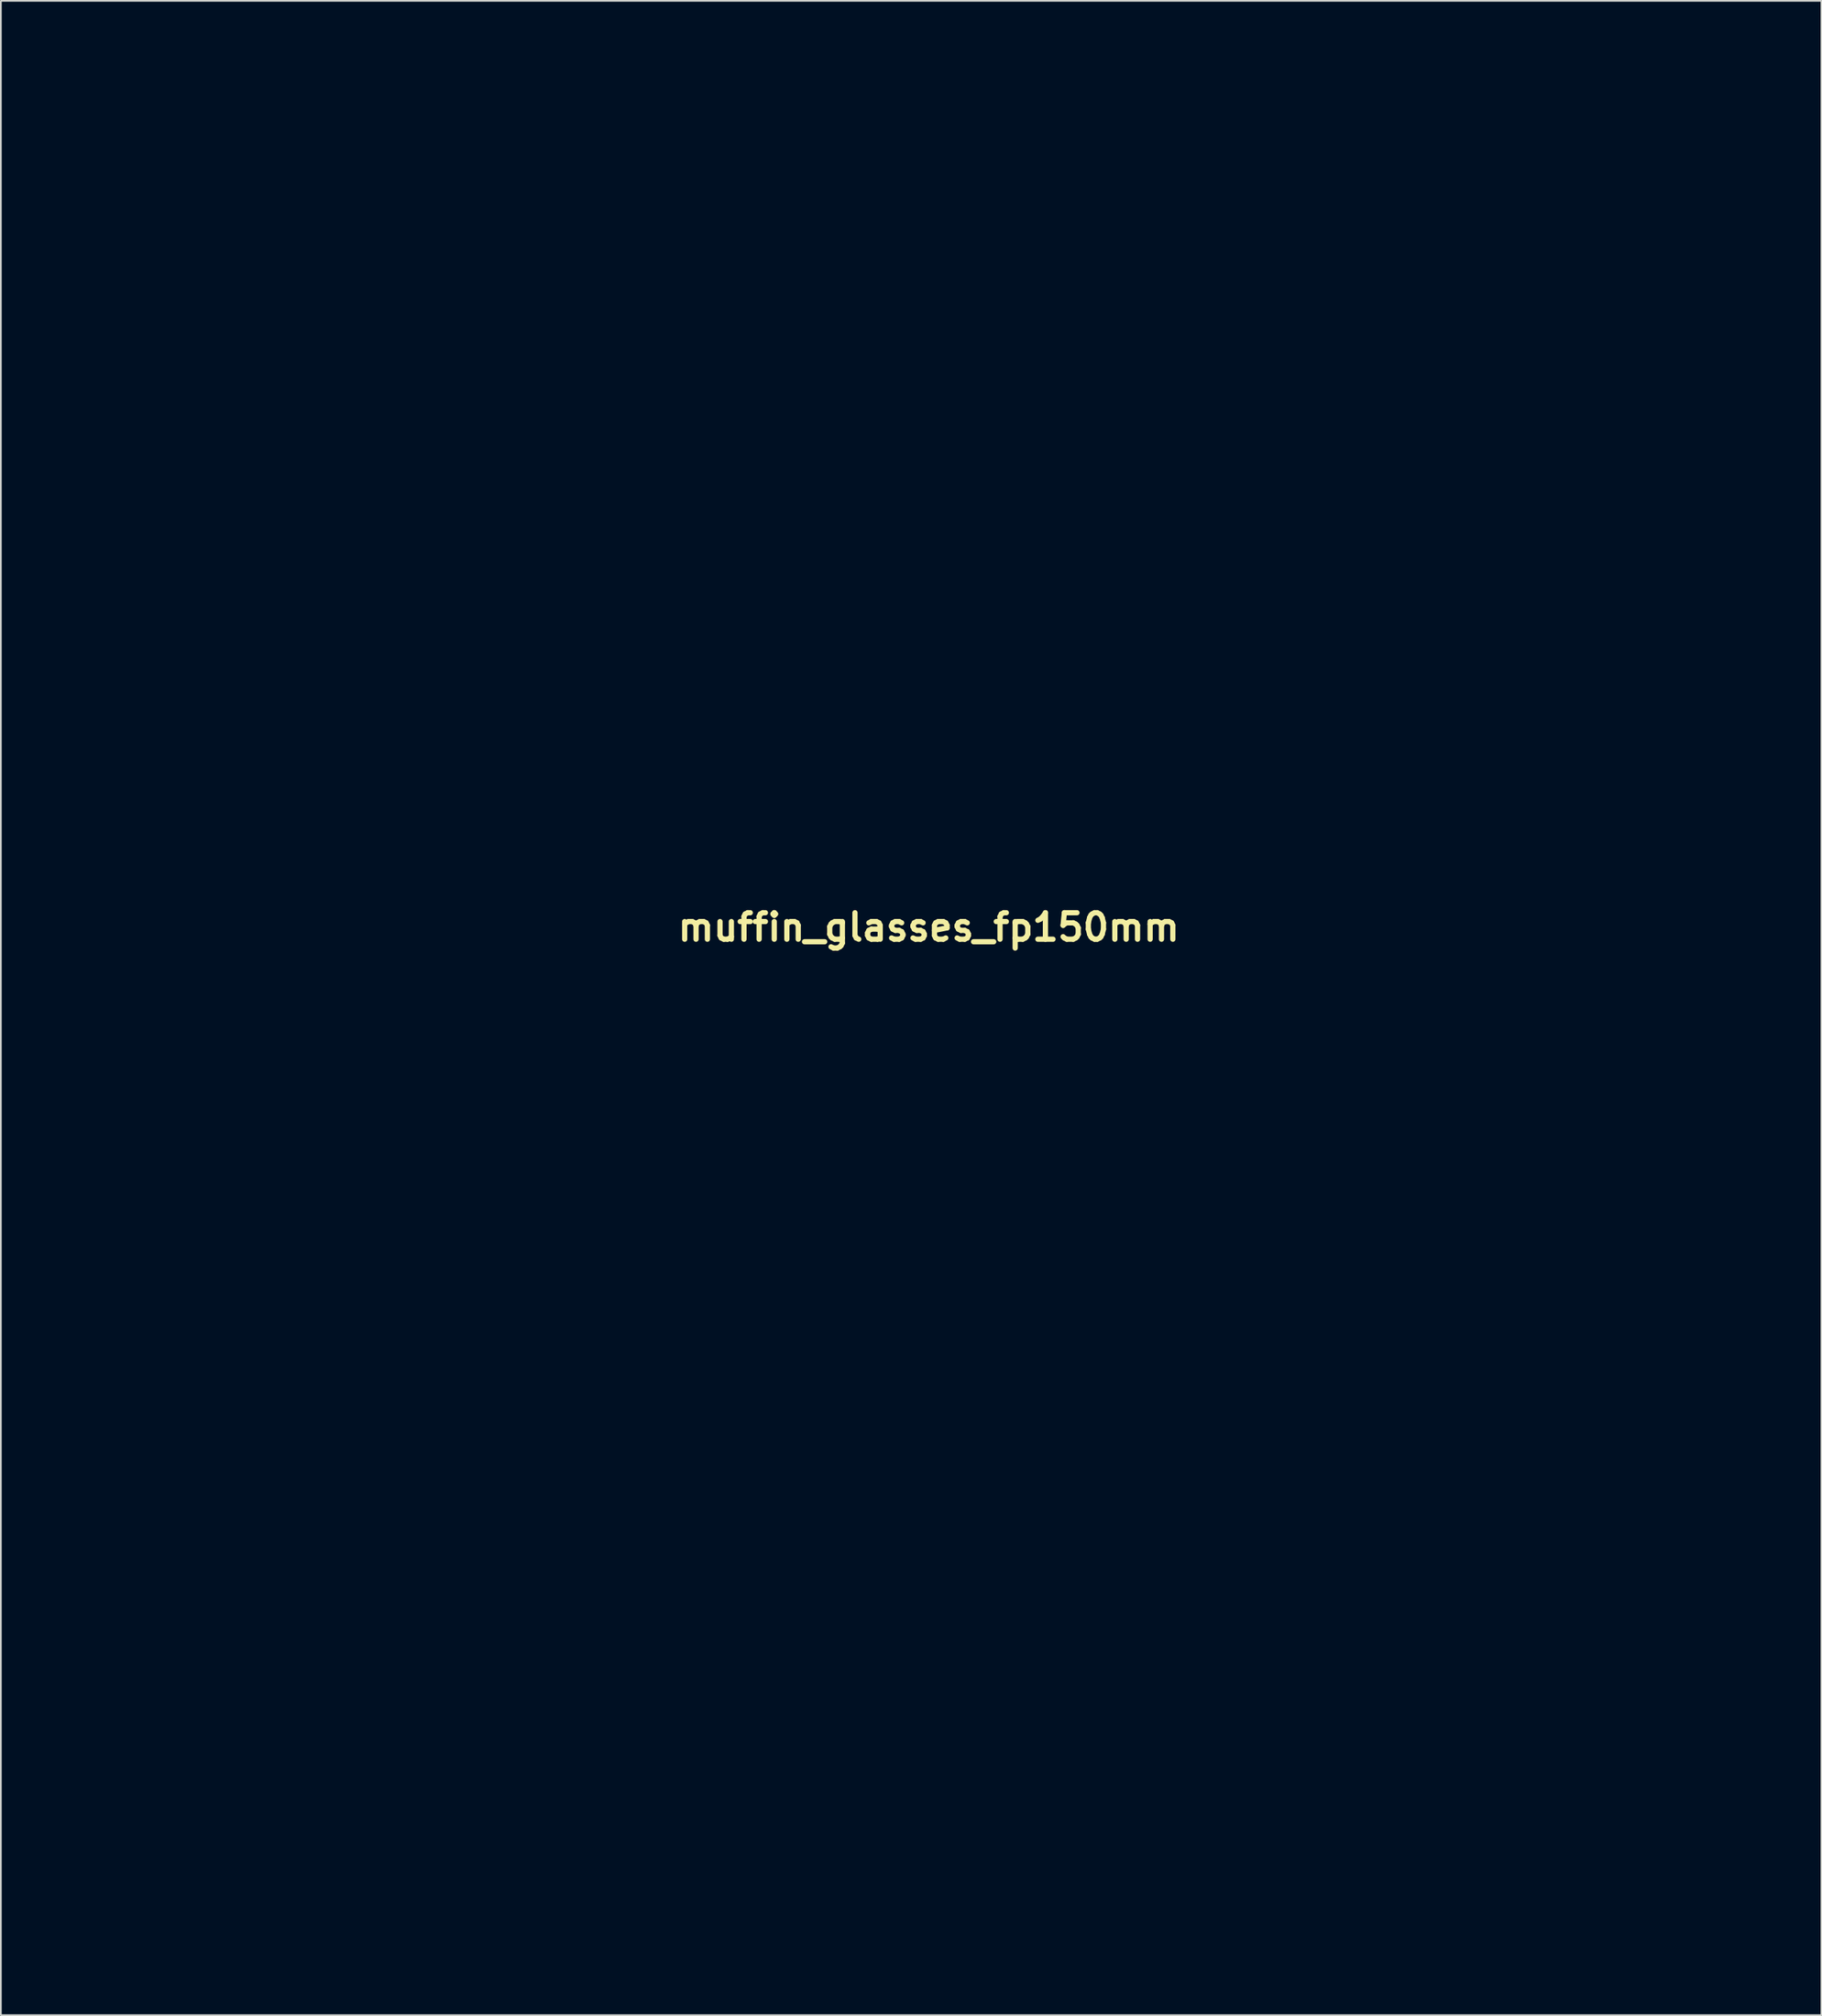
<source format=kicad_pcb>
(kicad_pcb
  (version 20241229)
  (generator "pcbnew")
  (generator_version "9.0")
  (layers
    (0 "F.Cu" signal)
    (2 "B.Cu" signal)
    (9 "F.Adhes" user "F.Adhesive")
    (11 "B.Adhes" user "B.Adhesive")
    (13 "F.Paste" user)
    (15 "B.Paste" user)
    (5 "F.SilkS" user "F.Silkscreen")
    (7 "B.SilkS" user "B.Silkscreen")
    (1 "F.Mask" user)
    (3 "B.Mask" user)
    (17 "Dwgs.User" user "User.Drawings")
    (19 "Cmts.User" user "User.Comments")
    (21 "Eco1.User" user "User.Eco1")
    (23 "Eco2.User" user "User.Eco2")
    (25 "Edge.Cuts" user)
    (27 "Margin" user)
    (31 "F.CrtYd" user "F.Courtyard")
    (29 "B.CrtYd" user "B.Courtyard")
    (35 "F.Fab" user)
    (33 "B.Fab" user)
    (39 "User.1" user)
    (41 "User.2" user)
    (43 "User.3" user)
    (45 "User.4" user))
  (footprint "muffin_glasses_fp150mm"
    (layer "F.Cu")
    (at 50.385 50.299)
    (property "Reference" "muffin_glasses_fp150mm" (at 0 0 0) (layer "F.SilkS") (effects (font (size 1.524 1.524) (thickness 0.3))))
    (attr board_only exclude_from_pos_files exclude_from_bom)
    (fp_poly (pts (xy -0.762 5.305) (xy -0.151 5.658) (xy 0.122 6.007) (xy 0.413 6.509) (xy 0.411 6.804) (xy 0.019 6.935) (xy -0.858 6.946) (xy -1.835 6.905) (xy -2.926 6.842) (xy -3.49 6.742) (xy -3.65 6.537) (xy -3.53 6.159) (xy -3.463 6.012) (xy -3.093 5.482) (xy -2.49 5.253) (xy -1.747 5.213)) (stroke (width 0) (type solid)) (fill yes) (layer "F.Mask"))
    (fp_poly (pts (xy -0.44 32.422) (xy 0.445 32.913) (xy 1.114 33.518) (xy 1.302 33.938) (xy 0.968 34.203) (xy 0.072 34.34) (xy -1.427 34.376) (xy -1.659 34.375) (xy -2.979 34.341) (xy -4.032 34.267) (xy -4.663 34.166) (xy -4.771 34.111) (xy -4.747 33.607) (xy -4.078 33.067) (xy -3.357 32.722) (xy -1.773 32.285)) (stroke (width 0) (type solid)) (fill yes) (layer "F.Mask"))
    (fp_poly (pts (xy -28.133 4.686) (xy -26.833 4.752) (xy -25.014 4.824) (xy -22.805 4.899) (xy -20.338 4.972) (xy -17.744 5.038) (xy -15.468 5.089) (xy -13.098 5.142) (xy -10.947 5.199) (xy -9.098 5.258) (xy -7.637 5.315) (xy -6.647 5.368) (xy -6.213 5.413) (xy -6.201 5.418) (xy -6.173 5.851) (xy -6.599 6.524) (xy -7.375 7.339) (xy -8.4 8.2) (xy -9.569 9.008) (xy -10.583 9.573) (xy -12.206 10.511) (xy -13.996 11.778) (xy -15.741 13.207) (xy -17.231 14.629) (xy -17.909 15.402) (xy -18.937 16.696) (xy -20.045 18.094) (xy -20.928 19.213) (xy -21.955 20.364) (xy -22.853 20.968) (xy -23.757 21.074) (xy -24.801 20.731) (xy -24.933 20.667) (xy -26.695 19.446) (xy -28.343 17.621) (xy -29.07 16.562) (xy -30.02 14.942) (xy -30.679 13.474) (xy -31.109 11.953) (xy -31.368 10.173) (xy -31.504 8.178) (xy -31.68 4.469)) (stroke (width 0) (type solid)) (fill yes) (layer "F.Mask"))
    (fp_poly (pts (xy 26.272 5.16) (xy 27.64 5.176) (xy 29.392 5.21) (xy 29.167 6.92) (xy 28.863 8.174) (xy 28.272 9.792) (xy 27.477 11.599) (xy 26.561 13.422) (xy 25.607 15.087) (xy 24.698 16.422) (xy 24.524 16.64) (xy 23.116 18.132) (xy 21.614 19.369) (xy 20.11 20.304) (xy 18.7 20.895) (xy 17.476 21.095) (xy 16.533 20.86) (xy 16.221 20.596) (xy 15.846 20.092) (xy 15.22 19.182) (xy 14.44 18.01) (xy 13.845 17.096) (xy 12.599 15.363) (xy 11.019 13.464) (xy 9.252 11.554) (xy 7.446 9.787) (xy 5.749 8.318) (xy 4.796 7.612) (xy 3.741 6.85) (xy 3.194 6.323) (xy 3.089 5.956) (xy 3.189 5.804) (xy 3.565 5.737) (xy 4.508 5.664) (xy 5.931 5.59) (xy 7.749 5.515) (xy 9.877 5.441) (xy 12.229 5.372) (xy 14.72 5.308) (xy 17.265 5.253) (xy 19.778 5.209) (xy 22.173 5.177) (xy 24.367 5.16)) (stroke (width 0) (type solid)) (fill yes) (layer "F.Mask"))
    (fp_poly (pts (xy 0.025 13.423) (xy 0.476 13.49) (xy 1.323 13.807) (xy 2.295 14.393) (xy 3.22 15.112) (xy 3.923 15.827) (xy 4.231 16.404) (xy 4.233 16.445) (xy 3.958 16.715) (xy 3.104 16.829) (xy 2.561 16.833) (xy 1.152 16.999) (xy 0.234 17.577) (xy -0.237 18.611) (xy -0.326 19.6) (xy -0.071 20.791) (xy 0.591 21.837) (xy 1.511 22.562) (xy 2.417 22.795) (xy 3.042 22.859) (xy 3.256 22.987) (xy 2.988 23.412) (xy 2.305 23.976) (xy 1.394 24.567) (xy 0.441 25.067) (xy -0.371 25.364) (xy -0.641 25.4) (xy -0.823 25.098) (xy -0.954 24.284) (xy -1.009 23.202) (xy -1.08 21.493) (xy -1.253 20.337) (xy -1.556 19.643) (xy -2.018 19.315) (xy -2.211 19.272) (xy -2.562 19.239) (xy -2.791 19.332) (xy -2.921 19.66) (xy -2.973 20.329) (xy -2.969 21.449) (xy -2.936 22.876) (xy -2.944 24.303) (xy -3.111 25.131) (xy -3.523 25.413) (xy -4.268 25.196) (xy -5.432 24.532) (xy -5.617 24.416) (xy -6.464 23.838) (xy -7.026 23.364) (xy -7.164 23.161) (xy -6.884 22.9) (xy -6.254 22.694) (xy -5.348 22.225) (xy -4.763 21.35) (xy -4.499 20.232) (xy -4.554 19.03) (xy -4.929 17.907) (xy -5.621 17.022) (xy -6.285 16.635) (xy -7.118 16.531) (xy -7.954 16.647) (xy -8.775 16.803) (xy -9.089 16.683) (xy -8.948 16.345) (xy -8.405 15.846) (xy -7.512 15.245) (xy -6.322 14.6) (xy -5.944 14.42) (xy -4.017 13.756) (xy -1.93 13.41)) (stroke (width 0) (type solid)) (fill yes) (layer "F.Mask"))
    (fp_poly (pts (xy 42.066 -50.199) (xy 43.207 -49.813) (xy 44.174 -49.042) (xy 45.122 -47.788) (xy 45.536 -47.119) (xy 46.266 -45.522) (xy 46.911 -43.375) (xy 47.452 -40.779) (xy 47.873 -37.83) (xy 48.156 -34.627) (xy 48.282 -31.424) (xy 48.358 -26.54) (xy 46.751 -22.632) (xy 45.985 -20.683) (xy 45.474 -19.149) (xy 45.173 -17.871) (xy 45.036 -16.685) (xy 45.032 -16.608) (xy 44.835 -13.228) (xy 44.628 -10.438) (xy 44.398 -8.176) (xy 44.136 -6.38) (xy 43.829 -4.99) (xy 43.467 -3.943) (xy 43.039 -3.178) (xy 42.533 -2.634) (xy 42.527 -2.628) (xy 41.958 -2.306) (xy 40.962 -1.874) (xy 39.735 -1.415) (xy 39.475 -1.326) (xy 38.233 -0.892) (xy 37.456 -0.54) (xy 36.991 -0.151) (xy 36.682 0.392) (xy 36.457 0.977) (xy 35.958 2.129) (xy 35.279 3.419) (xy 34.908 4.036) (xy 33.726 6.2) (xy 33.033 8.311) (xy 32.817 10.498) (xy 33.066 12.89) (xy 33.77 15.617) (xy 33.879 15.956) (xy 34.397 17.612) (xy 34.725 18.915) (xy 34.902 20.119) (xy 34.971 21.48) (xy 34.975 22.795) (xy 34.956 24.102) (xy 34.897 25.189) (xy 34.766 26.187) (xy 34.532 27.225) (xy 34.165 28.436) (xy 33.632 29.948) (xy 32.902 31.894) (xy 32.616 32.645) (xy 31.497 35.138) (xy 30.05 37.705) (xy 28.408 40.138) (xy 26.705 42.228) (xy 26.008 42.949) (xy 25.091 43.837) (xy 24.376 44.521) (xy 23.971 44.897) (xy 23.92 44.938) (xy 23.857 44.64) (xy 23.726 43.843) (xy 23.549 42.69) (xy 23.46 42.089) (xy 23.202 40.453) (xy 22.905 38.746) (xy 22.626 37.301) (xy 22.588 37.123) (xy 22.285 35.992) (xy 21.783 34.414) (xy 21.137 32.54) (xy 20.401 30.521) (xy 19.631 28.51) (xy 18.882 26.658) (xy 18.211 25.117) (xy 18.21 25.116) (xy 17.847 24.271) (xy 17.657 23.712) (xy 17.651 23.599) (xy 18.003 23.483) (xy 18.744 23.319) (xy 18.9 23.289) (xy 19.692 23.2) (xy 20.137 23.426) (xy 20.509 24.113) (xy 20.528 24.156) (xy 21.09 25) (xy 21.655 25.237) (xy 22.04 25.155) (xy 22.236 24.801) (xy 22.302 24.019) (xy 22.306 23.551) (xy 22.338 22.582) (xy 22.516 21.94) (xy 22.965 21.388) (xy 23.811 20.691) (xy 23.838 20.669) (xy 25.454 19.195) (xy 26.943 17.36) (xy 28.378 15.064) (xy 29.598 12.7) (xy 30.371 10.932) (xy 31.053 9.068) (xy 31.611 7.239) (xy 32.009 5.578) (xy 32.212 4.216) (xy 32.184 3.286) (xy 32.146 3.159) (xy 31.9 2.853) (xy 31.361 2.681) (xy 30.386 2.612) (xy 29.722 2.605) (xy 27.512 2.605) (xy 25.723 0.773) (xy 24.453 -0.46) (xy 23.277 -1.409) (xy 22.002 -2.198) (xy 20.437 -2.95) (xy 18.966 -3.56) (xy 17.611 -4.077) (xy 16.717 -4.344) (xy 16.156 -4.389) (xy 15.8 -4.238) (xy 15.791 -4.231) (xy 15.341 -3.589) (xy 15.521 -3) (xy 16.201 -2.586) (xy 18.534 -1.647) (xy 20.628 -0.643) (xy 22.341 0.354) (xy 23.371 1.122) (xy 24.166 1.839) (xy 24.52 2.245) (xy 24.486 2.454) (xy 24.117 2.579) (xy 24.061 2.592) (xy 23.519 2.643) (xy 22.43 2.688) (xy 20.899 2.725) (xy 19.028 2.752) (xy 16.924 2.766) (xy 15.831 2.768) (xy 8.378 2.768) (xy 7.771 1.954) (xy 7.235 1.036) (xy 6.687 -0.214) (xy 6.217 -1.548) (xy 5.917 -2.717) (xy 5.857 -3.252) (xy 5.677 -4.277) (xy 5.183 -4.798) (xy 4.683 -4.833) (xy 4.16 -4.431) (xy 3.977 -3.523) (xy 4.13 -2.154) (xy 4.62 -0.372) (xy 4.837 0.248) (xy 5.251 1.457) (xy 5.529 2.421) (xy 5.631 2.989) (xy 5.613 3.07) (xy 5.214 3.167) (xy 4.358 3.234) (xy 3.357 3.256) (xy 2.222 3.237) (xy 1.562 3.135) (xy 1.203 2.886) (xy 0.969 2.424) (xy 0.945 2.361) (xy 0.694 1.476) (xy 0.475 0.329) (xy 0.419 -0.079) (xy 0.125 -1.38) (xy -0.371 -2.088) (xy -1.057 -2.187) (xy -1.18 -2.146) (xy -1.49 -1.909) (xy -1.599 -1.404) (xy -1.538 -0.463) (xy -1.512 -0.237) (xy -1.351 0.938) (xy -1.178 1.989) (xy -1.103 2.361) (xy -1.025 2.982) (xy -1.294 3.22) (xy -1.916 3.256) (xy -2.931 3.256) (xy -2.931 0.641) (xy -2.958 -0.731) (xy -3.053 -1.578) (xy -3.24 -2.026) (xy -3.441 -2.17) (xy -4.022 -2.206) (xy -4.437 -1.765) (xy -4.703 -0.8) (xy -4.839 0.74) (xy -4.862 1.547) (xy -4.885 2.931) (xy -7.036 2.931) (xy -8.18 2.913) (xy -8.796 2.836) (xy -9.009 2.663) (xy -8.944 2.361) (xy -8.433 0.913) (xy -8.072 -0.613) (xy -7.872 -2.077) (xy -7.846 -3.34) (xy -8.005 -4.26) (xy -8.345 -4.693) (xy -9.05 -4.692) (xy -9.543 -4.136) (xy -9.763 -3.103) (xy -9.769 -2.86) (xy -9.876 -1.668) (xy -10.156 -0.313) (xy -10.545 0.985) (xy -10.982 2.009) (xy -11.281 2.442) (xy -11.59 2.632) (xy -12.141 2.767) (xy -13.026 2.857) (xy -14.34 2.908) (xy -16.174 2.929) (xy -17.069 2.931) (xy -19.21 2.917) (xy -21.452 2.878) (xy -23.568 2.819) (xy -25.334 2.747) (xy -25.809 2.72) (xy -27.486 2.595) (xy -28.541 2.433) (xy -29.005 2.187) (xy -28.907 1.809) (xy -28.277 1.253) (xy -27.208 0.514) (xy -24.665 -0.909) (xy -22.075 -1.866) (xy -20.19 -2.238) (xy -19.161 -2.382) (xy -18.625 -2.572) (xy -18.424 -2.897) (xy -18.399 -3.256) (xy -18.48 -3.789) (xy -18.844 -4.049) (xy -19.673 -4.164) (xy -19.706 -4.167) (xy -21.344 -4.053) (xy -23.273 -3.55) (xy -25.329 -2.734) (xy -27.345 -1.681) (xy -29.156 -0.464) (xy -30.562 0.799) (xy -31.384 1.586) (xy -32.132 2.123) (xy -32.559 2.279) (xy -33.012 2.367) (xy -33.356 2.681) (xy -33.608 3.295) (xy -33.782 4.284) (xy -33.893 5.723) (xy -33.955 7.686) (xy -33.978 9.397) (xy -33.992 11.479) (xy -33.984 13.024) (xy -33.943 14.144) (xy -33.857 14.955) (xy -33.715 15.57) (xy -33.505 16.102) (xy -33.262 16.581) (xy -32.001 18.657) (xy -30.668 20.329) (xy -29.343 21.501) (xy -28.746 21.853) (xy -27.9 22.293) (xy -27.337 22.641) (xy -27.228 22.742) (xy -27.225 23.148) (xy -27.342 24.001) (xy -27.545 25.074) (xy -27.897 27.118) (xy -27.992 28.662) (xy -27.83 29.672) (xy -27.459 30.099) (xy -26.913 30.139) (xy -26.48 29.742) (xy -26.126 28.844) (xy -25.814 27.378) (xy -25.734 26.886) (xy -25.491 25.367) (xy -25.283 24.378) (xy -25.042 23.804) (xy -24.701 23.533) (xy -24.193 23.452) (xy -23.699 23.446) (xy -22.87 23.49) (xy -22.548 23.671) (xy -22.577 24.016) (xy -22.753 24.535) (xy -23.094 25.526) (xy -23.552 26.846) (xy -24.069 28.331) (xy -25.217 32.077) (xy -26.005 35.787) (xy -26.482 39.724) (xy -26.607 41.592) (xy -26.682 43.191) (xy -26.698 44.258) (xy -26.645 44.911) (xy -26.51 45.267) (xy -26.281 45.444) (xy -26.215 45.472) (xy -25.552 45.452) (xy -25.078 44.834) (xy -24.809 43.646) (xy -24.749 42.43) (xy -24.531 39.029) (xy -23.913 35.324) (xy -22.943 31.482) (xy -21.672 27.67) (xy -20.151 24.052) (xy -18.428 20.797) (xy -18.027 20.145) (xy -16.449 18.006) (xy -11.723 18.006) (xy -11.599 18.594) (xy -11.104 18.908) (xy -10.624 19.021) (xy -9.58 19.068) (xy -8.648 18.894) (xy -7.533 18.564) (xy -6.866 18.635) (xy -6.56 19.142) (xy -6.513 19.701) (xy -6.565 20.466) (xy -6.845 20.779) (xy -7.54 20.841) (xy -7.58 20.841) (xy -8.718 21.019) (xy -9.548 21.488) (xy -9.937 22.149) (xy -9.909 22.578) (xy -9.39 23.526) (xy -8.446 24.606) (xy -7.243 25.679) (xy -5.947 26.608) (xy -4.727 27.254) (xy -4.052 27.455) (xy -2.766 27.529) (xy -1.18 27.434) (xy 0.386 27.198) (xy 1.286 26.969) (xy 2.326 26.487) (xy 3.236 25.842) (xy 3.855 25.325) (xy 4.273 25.078) (xy 4.3 25.074) (xy 4.608 24.829) (xy 5.114 24.209) (xy 5.361 23.859) (xy 6.011 22.598) (xy 6.167 21.546) (xy 5.866 20.787) (xy 5.142 20.404) (xy 4.032 20.481) (xy 3.931 20.509) (xy 2.787 20.674) (xy 2.065 20.375) (xy 1.815 19.972) (xy 1.745 19.367) (xy 2.155 19.022) (xy 3.113 18.892) (xy 3.423 18.887) (xy 5.058 18.723) (xy 6.131 18.248) (xy 6.634 17.487) (xy 6.564 16.466) (xy 5.914 15.211) (xy 4.679 13.746) (xy 4.56 13.626) (xy 3.525 12.644) (xy 2.717 12.044) (xy 1.944 11.71) (xy 1.15 11.545) (xy -1.344 11.408) (xy -3.848 11.698) (xy -6.197 12.375) (xy -8.226 13.395) (xy -9.294 14.22) (xy -10.494 15.503) (xy -11.327 16.739) (xy -11.708 17.798) (xy -11.723 18.006) (xy -16.449 18.006) (xy -16.094 17.524) (xy -13.802 15.131) (xy -11.25 13.029) (xy -8.534 11.281) (xy -5.755 9.95) (xy -3.01 9.099) (xy -0.398 8.792) (xy -0.339 8.792) (xy 1.685 9.11) (xy 3.786 10.046) (xy 5.934 11.577) (xy 8.099 13.679) (xy 10.251 16.329) (xy 11.566 18.236) (xy 13.071 20.58) (xy 14.278 22.538) (xy 15.264 24.258) (xy 16.106 25.885) (xy 16.882 27.565) (xy 17.669 29.446) (xy 18.187 30.754) (xy 19.077 33.221) (xy 19.922 35.922) (xy 20.687 38.709) (xy 21.337 41.437) (xy 21.835 43.961) (xy 22.147 46.133) (xy 22.236 47.401) (xy 21.998 49.109) (xy 21.197 50.494) (xy 19.832 51.554) (xy 17.901 52.292) (xy 15.405 52.708) (xy 15.289 52.718) (xy 12.684 52.942) (xy 10.25 55.586) (xy 8.386 57.433) (xy 6.716 58.698) (xy 5.199 59.407) (xy 4.002 59.592) (xy 3.197 59.467) (xy 2.15 59.142) (xy 1.036 58.695) (xy 0.027 58.202) (xy -0.701 57.741) (xy -0.974 57.394) (xy -0.68 57.102) (xy 0.113 56.987) (xy 0.151 56.987) (xy 1.378 56.834) (xy 2.733 56.424) (xy 4.091 55.827) (xy 5.329 55.116) (xy 6.323 54.364) (xy 6.949 53.641) (xy 7.083 53.019) (xy 7.069 52.975) (xy 6.601 52.52) (xy 5.844 52.486) (xy 4.995 52.862) (xy 4.69 53.11) (xy 3.814 53.695) (xy 2.517 54.291) (xy 1.023 54.819) (xy -0.444 55.199) (xy -1.66 55.354) (xy -1.724 55.354) (xy -4.21 55.09) (xy -6.806 54.371) (xy -9.262 53.283) (xy -10.987 52.182) (xy -11.903 51.663) (xy -12.592 51.608) (xy -12.954 52.003) (xy -12.967 52.483) (xy -12.595 53.159) (xy -11.739 53.956) (xy -10.532 54.785) (xy -9.104 55.555) (xy -7.589 56.177) (xy -7.49 56.21) (xy -5.373 56.913) (xy -6.83 57.503) (xy -8.084 58.052) (xy -9.393 58.685) (xy -9.696 58.843) (xy -10.616 59.316) (xy -11.19 59.517) (xy -11.646 59.486) (xy -12.212 59.261) (xy -13.08 58.698) (xy -14.184 57.728) (xy -15.391 56.481) (xy -16.568 55.086) (xy -16.919 54.628) (xy -17.658 53.661) (xy -18.175 53.118) (xy -18.632 52.899) (xy -19.19 52.904) (xy -19.581 52.961) (xy -20.762 53.006) (xy -21.987 52.735) (xy -23.335 52.105) (xy -24.886 51.074) (xy -26.459 49.809) (xy -18.578 49.809) (xy -18.138 50.11) (xy -17.741 50.149) (xy -16.57 49.86) (xy -15.234 49.047) (xy -13.814 47.788) (xy -12.39 46.163) (xy -11.04 44.251) (xy -10.043 42.52) (xy -8.499 39.951) (xy -6.863 38.014) (xy -5.118 36.695) (xy -3.245 35.979) (xy -1.77 35.829) (xy 0.358 36.134) (xy 2.195 37.017) (xy 3.726 38.467) (xy 4.937 40.473) (xy 5.333 41.437) (xy 6.698 44.511) (xy 8.457 47.429) (xy 9.758 49.137) (xy 10.643 50.032) (xy 11.414 50.431) (xy 11.793 50.474) (xy 12.475 50.355) (xy 12.697 49.919) (xy 12.7 49.816) (xy 12.489 49.222) (xy 11.946 48.391) (xy 11.439 47.781) (xy 9.436 45.152) (xy 7.799 42.063) (xy 7.332 40.914) (xy 5.923 37.611) (xy 4.419 34.939) (xy 2.823 32.899) (xy 1.14 31.494) (xy -0.627 30.727) (xy -2.475 30.602) (xy -4.329 31.092) (xy -5.446 31.829) (xy -6.717 33.157) (xy -8.118 35.041) (xy -9.621 37.443) (xy -11.202 40.33) (xy -11.587 41.084) (xy -13.131 43.786) (xy -14.755 45.936) (xy -16.424 47.491) (xy -16.967 47.859) (xy -17.965 48.601) (xy -18.511 49.279) (xy -18.578 49.809) (xy -26.459 49.809) (xy -26.717 49.602) (xy -27.966 48.504) (xy -28.36 48.1) (xy -28.571 47.66) (xy -28.631 47.005) (xy -28.571 45.953) (xy -28.522 45.394) (xy -28.421 44.152) (xy -28.428 43.358) (xy -28.591 42.812) (xy -28.96 42.313) (xy -29.375 41.876) (xy -30.213 40.838) (xy -31.176 39.369) (xy -32.161 37.648) (xy -33.066 35.856) (xy -33.779 34.192) (xy -34.314 32.564) (xy -34.864 30.504) (xy -35.388 28.215) (xy -35.844 25.897) (xy -36.189 23.751) (xy -36.382 21.978) (xy -36.4 21.655) (xy -36.33 19.032) (xy -35.985 17.096) (xy -35.765 15.993) (xy -35.556 14.446) (xy -35.383 12.664) (xy -35.273 10.909) (xy -35.085 6.676) (xy -36.252 4.692) (xy -37.642 2.679) (xy -39.385 0.814) (xy -41.607 -1.03) (xy -42.333 -1.56) (xy -43.906 -2.737) (xy -45.07 -3.788) (xy -45.899 -4.854) (xy -46.467 -6.074) (xy -46.847 -7.588) (xy -47.113 -9.535) (xy -47.239 -10.874) (xy -47.576 -14.174) (xy -48.003 -17.413) (xy -48.495 -20.449) (xy -49.031 -23.141) (xy -49.585 -25.347) (xy -49.678 -25.657) (xy -49.96 -26.596) (xy -50.165 -27.388) (xy -50.299 -28.154) (xy -50.37 -29.015) (xy -50.385 -30.091) (xy -50.351 -31.503) (xy -50.275 -33.373) (xy -50.269 -33.505) (xy -48.138 -33.505) (xy -48.096 -32.55) (xy -47.784 -31.285) (xy -47.246 -29.826) (xy -46.523 -28.292) (xy -45.659 -26.798) (xy -44.735 -25.508) (xy -43.651 -24.339) (xy -42.591 -23.498) (xy -41.663 -23.048) (xy -40.972 -23.056) (xy -40.859 -23.128) (xy -40.562 -23.513) (xy -40.423 -24.111) (xy -40.445 -25.023) (xy -40.633 -26.347) (xy -40.99 -28.185) (xy -41.061 -28.523) (xy -41.449 -30.943) (xy -41.625 -33.415) (xy -41.597 -35.812) (xy -41.375 -38.008) (xy -40.968 -39.876) (xy -40.385 -41.29) (xy -40.108 -41.696) (xy -39.695 -42.145) (xy -39.31 -42.235) (xy -38.692 -41.993) (xy -38.406 -41.85) (xy -36.77 -40.745) (xy -35.138 -39.136) (xy -33.618 -37.163) (xy -32.32 -34.963) (xy -31.421 -32.88) (xy -30.858 -30.622) (xy -30.575 -27.946) (xy -30.573 -25.025) (xy -30.851 -22.028) (xy -31.41 -19.126) (xy -31.414 -19.11) (xy -31.934 -17.472) (xy -32.718 -15.544) (xy -33.676 -13.5) (xy -34.722 -11.514) (xy -35.768 -9.762) (xy -36.725 -8.416) (xy -36.921 -8.185) (xy -37.916 -6.949) (xy -38.381 -6.062) (xy -38.32 -5.5) (xy -37.736 -5.237) (xy -37.302 -5.21) (xy -36.662 -5.484) (xy -35.763 -6.27) (xy -35.026 -7.083) (xy -33.937 -8.581) (xy -32.776 -10.535) (xy -31.631 -12.769) (xy -30.587 -15.106) (xy -29.73 -17.371) (xy -29.27 -18.887) (xy -28.931 -20.339) (xy -28.71 -21.767) (xy -28.584 -23.375) (xy -28.533 -25.368) (xy -28.529 -26.051) (xy -28.572 -28.521) (xy -28.744 -30.537) (xy -29.087 -32.291) (xy -29.643 -33.972) (xy -30.454 -35.774) (xy -30.846 -36.546) (xy -31.873 -38.228) (xy -33.138 -39.849) (xy -34.545 -41.327) (xy -36 -42.583) (xy -37.407 -43.534) (xy -38.673 -44.099) (xy -39.701 -44.198) (xy -39.782 -44.181) (xy -40.929 -43.583) (xy -41.947 -42.466) (xy -42.722 -40.964) (xy -42.853 -40.578) (xy -43.197 -39.023) (xy -43.432 -37.032) (xy -43.554 -34.813) (xy -43.556 -32.576) (xy -43.434 -30.528) (xy -43.18 -28.877) (xy -43.175 -28.853) (xy -42.935 -27.725) (xy -42.802 -26.867) (xy -42.801 -26.454) (xy -42.808 -26.445) (xy -43.185 -26.451) (xy -43.692 -27.096) (xy -44.328 -28.378) (xy -45.093 -30.299) (xy -45.155 -30.465) (xy -45.839 -32.203) (xy -46.42 -33.363) (xy -46.941 -34.004) (xy -47.446 -34.182) (xy -47.866 -34.031) (xy -48.138 -33.505) (xy -50.269 -33.505) (xy -50.212 -34.772) (xy -50.106 -36.994) (xy -50.008 -38.683) (xy -49.9 -39.961) (xy -49.764 -40.946) (xy -49.582 -41.757) (xy -49.336 -42.515) (xy -49.008 -43.338) (xy -48.883 -43.636) (xy -47.553 -46.114) (xy -46.034 -48.002) (xy -45.078 -48.979) (xy -44.365 -49.572) (xy -43.713 -49.89) (xy -42.942 -50.044) (xy -42.62 -50.079) (xy -41.596 -50.11) (xy -40.67 -49.939) (xy -39.579 -49.502) (xy -38.99 -49.215) (xy -37.417 -48.368) (xy -36.038 -47.47) (xy -34.733 -46.417) (xy -33.379 -45.104) (xy -31.854 -43.427) (xy -30.754 -42.141) (xy -28.321 -39.123) (xy -26.165 -36.156) (xy -24.174 -33.065) (xy -22.236 -29.678) (xy -20.404 -26.153) (xy -19.513 -24.402) (xy -18.695 -22.843) (xy -18.003 -21.575) (xy -17.49 -20.695) (xy -17.21 -20.301) (xy -17.209 -20.3) (xy -16.57 -19.966) (xy -15.87 -19.739) (xy -15.36 -19.702) (xy -14.282 -19.684) (xy -12.72 -19.684) (xy -10.755 -19.7) (xy -8.472 -19.729) (xy -5.953 -19.771) (xy -3.281 -19.823) (xy -0.539 -19.883) (xy 2.189 -19.95) (xy 4.821 -20.021) (xy 7.274 -20.095) (xy 9.464 -20.17) (xy 11.309 -20.244) (xy 12.726 -20.316) (xy 13.631 -20.383) (xy 13.762 -20.398) (xy 14.531 -20.523) (xy 15.086 -20.736) (xy 15.567 -21.159) (xy 16.117 -21.911) (xy 16.781 -22.958) (xy 17.436 -24.121) (xy 17.612 -24.47) (xy 25.406 -24.47) (xy 25.481 -21.933) (xy 25.731 -19.752) (xy 26.208 -17.721) (xy 26.965 -15.633) (xy 28.051 -13.281) (xy 28.358 -12.673) (xy 29.385 -10.739) (xy 30.304 -9.223) (xy 31.241 -7.938) (xy 32.326 -6.696) (xy 32.695 -6.308) (xy 34.075 -4.975) (xy 35.137 -4.178) (xy 35.912 -3.902) (xy 36.431 -4.132) (xy 36.613 -4.458) (xy 36.561 -4.936) (xy 36.071 -5.634) (xy 35.094 -6.623) (xy 35.058 -6.656) (xy 34.01 -7.692) (xy 33.014 -8.776) (xy 32.335 -9.606) (xy 31.469 -10.964) (xy 30.522 -12.736) (xy 29.583 -14.723) (xy 28.744 -16.723) (xy 28.096 -18.535) (xy 27.778 -19.701) (xy 27.381 -23.024) (xy 27.547 -26.437) (xy 28.241 -29.814) (xy 29.429 -33.033) (xy 31.075 -35.97) (xy 32.954 -38.304) (xy 34.615 -39.822) (xy 36.189 -40.856) (xy 37.623 -41.391) (xy 38.86 -41.415) (xy 39.846 -40.913) (xy 40.379 -40.196) (xy 40.621 -39.481) (xy 40.77 -38.403) (xy 40.837 -36.855) (xy 40.841 -35.495) (xy 40.814 -33.902) (xy 40.738 -32.634) (xy 40.577 -31.49) (xy 40.297 -30.269) (xy 39.863 -28.771) (xy 39.457 -27.477) (xy 38.962 -25.892) (xy 38.547 -24.52) (xy 38.25 -23.484) (xy 38.107 -22.909) (xy 38.1 -22.848) (xy 38.38 -22.339) (xy 39.053 -22.025) (xy 39.874 -21.991) (xy 40.271 -22.109) (xy 41.132 -22.638) (xy 42.1 -23.435) (xy 43.035 -24.355) (xy 43.792 -25.252) (xy 44.231 -25.98) (xy 44.287 -26.224) (xy 44.109 -26.957) (xy 43.628 -27.166) (xy 42.92 -26.854) (xy 42.161 -26.139) (xy 41.389 -25.377) (xy 40.927 -25.18) (xy 40.811 -25.522) (xy 41.077 -26.375) (xy 41.266 -26.786) (xy 42.126 -28.98) (xy 42.739 -31.433) (xy 43.093 -33.99) (xy 43.177 -36.494) (xy 42.981 -38.79) (xy 42.494 -40.72) (xy 42.259 -41.269) (xy 41.323 -42.492) (xy 40.005 -43.264) (xy 38.414 -43.558) (xy 36.661 -43.347) (xy 35.446 -42.907) (xy 33.685 -41.833) (xy 31.888 -40.281) (xy 30.194 -38.397) (xy 28.743 -36.33) (xy 28.028 -35.026) (xy 26.906 -32.539) (xy 26.136 -30.359) (xy 25.664 -28.278) (xy 25.442 -26.089) (xy 25.406 -24.47) (xy 17.612 -24.47) (xy 18.236 -25.712) (xy 19.094 -27.552) (xy 19.926 -29.46) (xy 20.214 -30.161) (xy 21.005 -32.055) (xy 21.839 -33.958) (xy 22.635 -35.689) (xy 23.309 -37.063) (xy 23.512 -37.449) (xy 25.588 -40.787) (xy 27.907 -43.684) (xy 30.422 -46.104) (xy 33.083 -48.01) (xy 35.841 -49.365) (xy 38.648 -50.132) (xy 40.6 -50.299)) (stroke (width 0) (type solid)) (fill yes) (layer "F.Mask")))
  (gr_rect
    (start -3 -3)
    (end 101.743 112.891)
    (stroke (width 0.1) (type default))
    (fill no)
    (layer "Edge.Cuts")))
</source>
